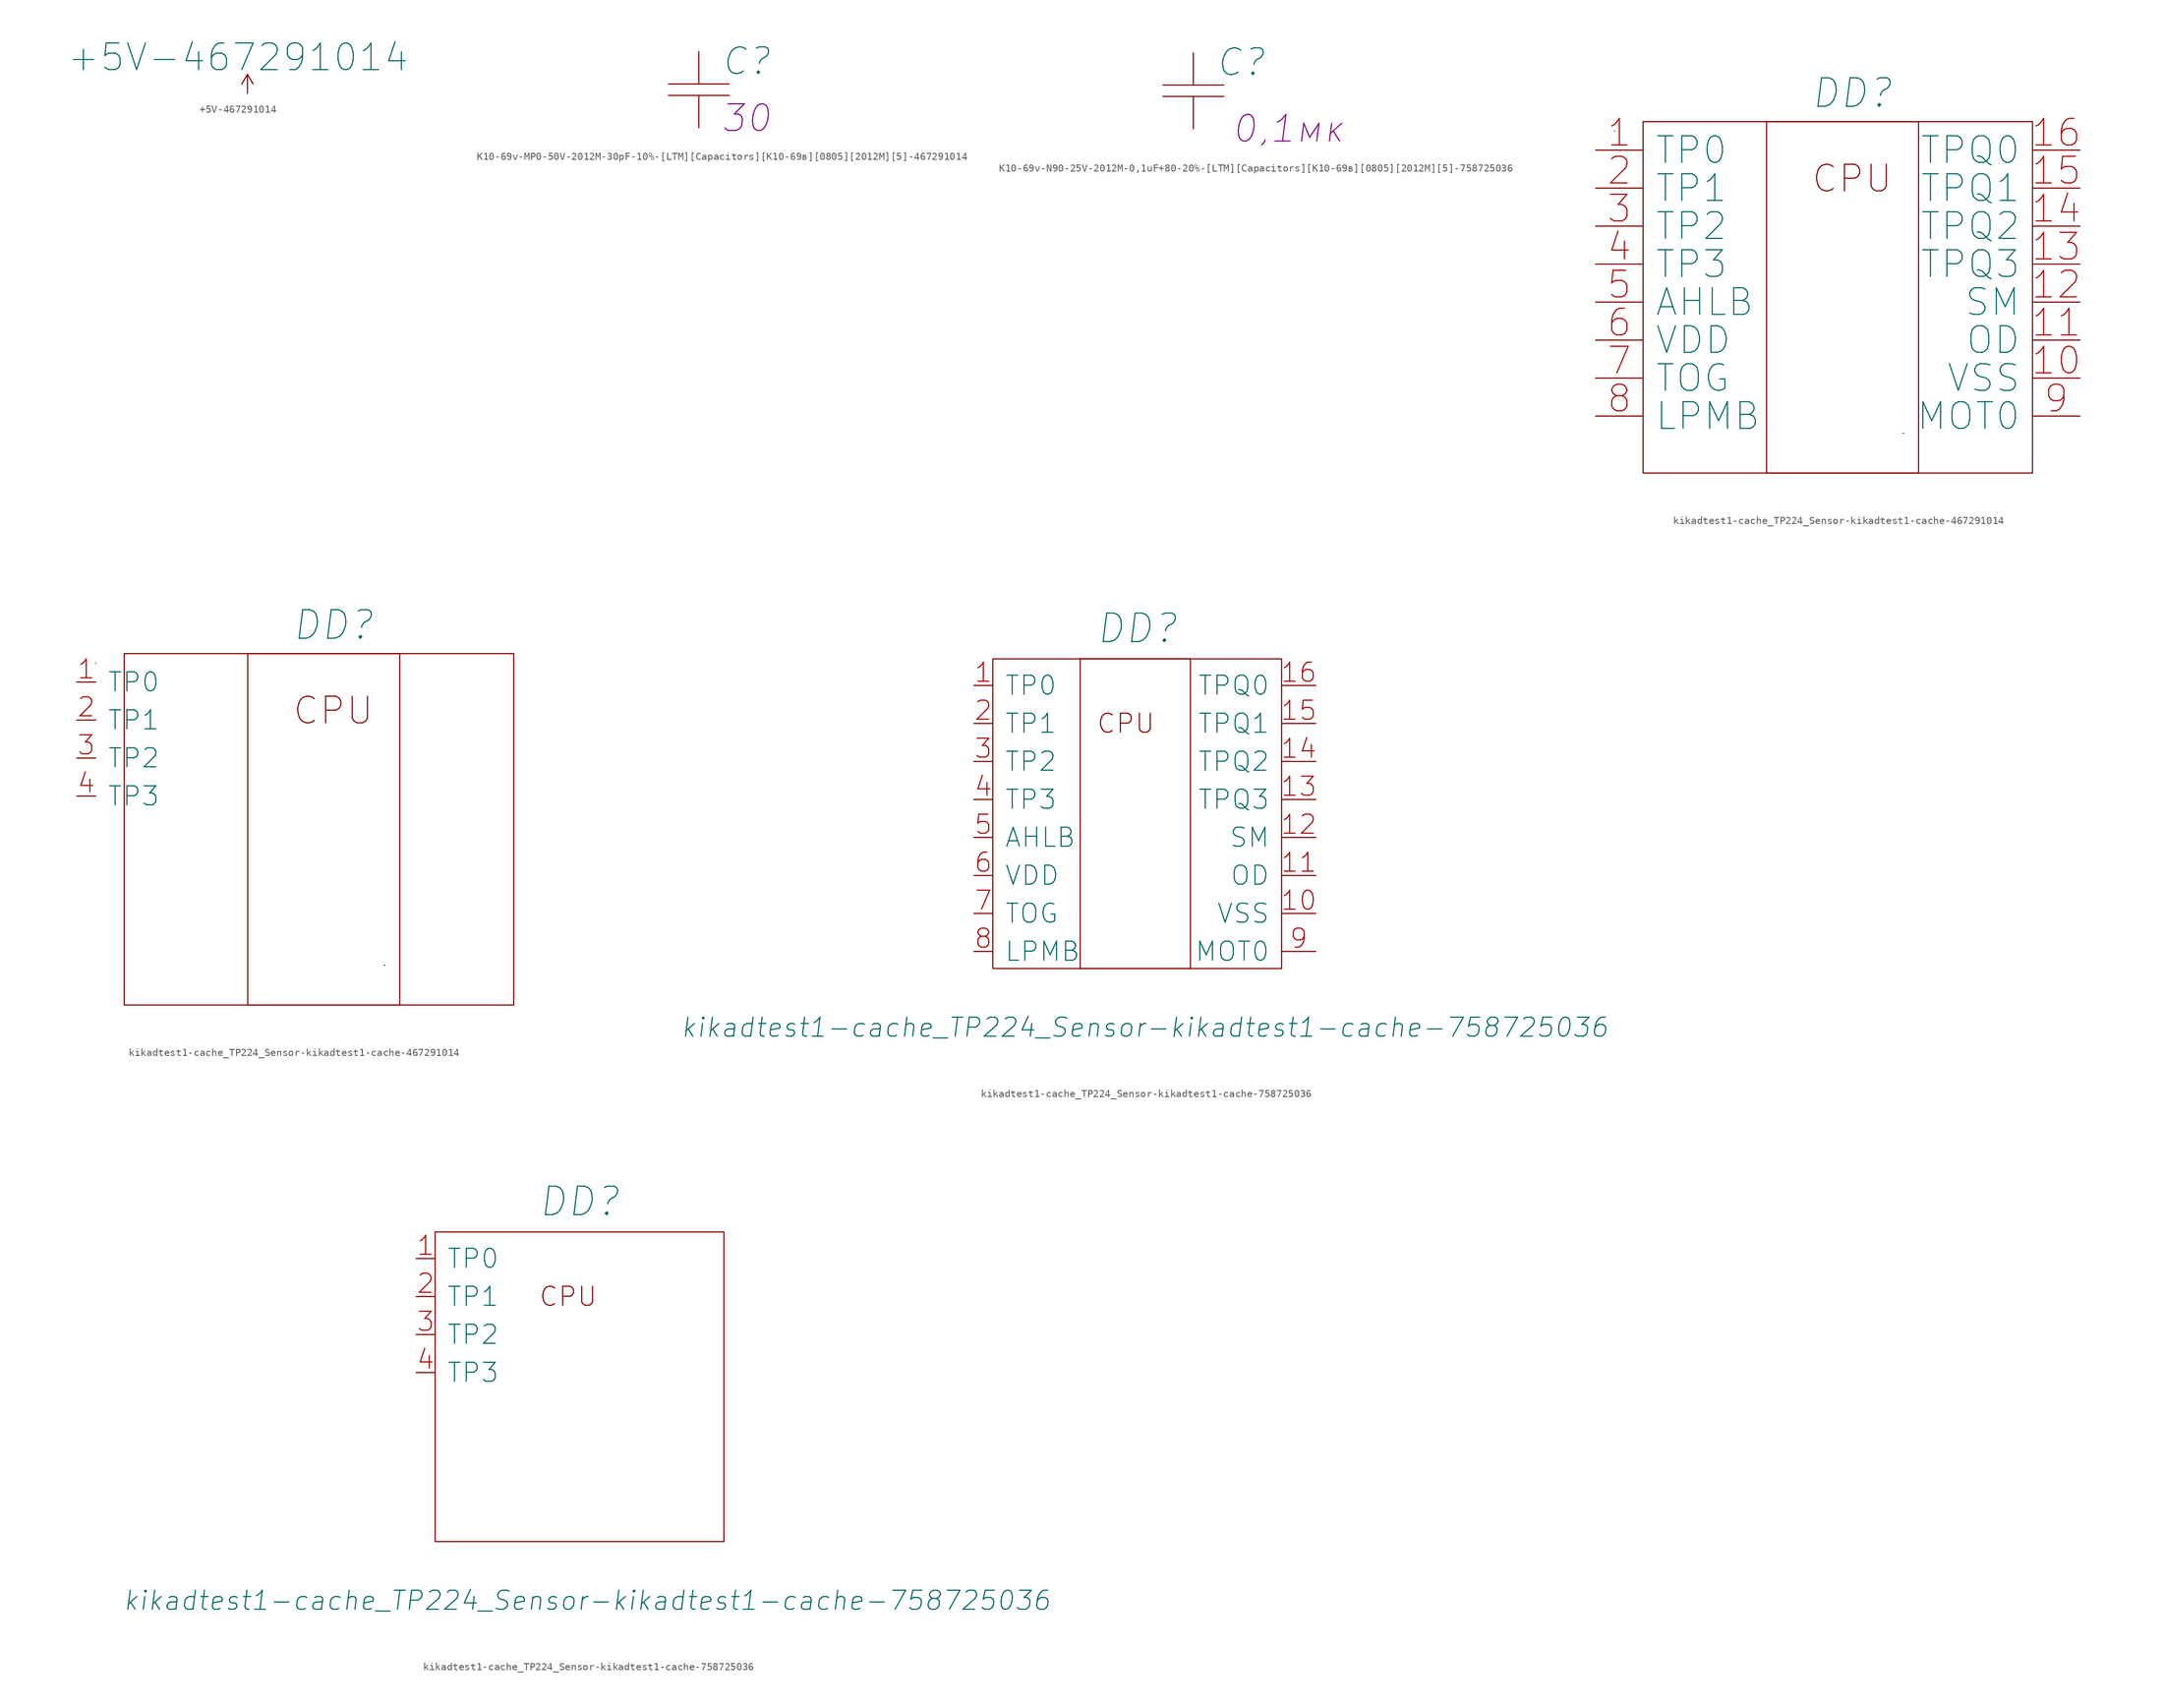
<source format=kicad_sym>
(kicad_symbol_lib
  (version 20210619)
  (generator kicad_symbol_editor)
  (symbol "+5V-467291014"
    (power)
    (pin_names
      (offset 0))
    (property "Reference" "#PWR"
      (at 0 -3.81 0)
      (effects (font (size 1.27 1.27)) hide))
    (property "Value" "+5V-467291014"
      (at -1.27 4.826 0)
      (effects (font (size 3.556 3.556))))
    (symbol "+5V-467291014_0_1"
      (polyline (pts (xy -0.762 1.27) (xy 0 2.54)) (stroke (width 0)) (fill (type none)))
      (polyline (pts (xy 0 0) (xy 0 2.54)) (stroke (width 0)) (fill (type none)))
      (polyline (pts (xy 0 2.54) (xy 0.762 1.27)) (stroke (width 0)) (fill (type none))))
    (symbol "+5V-467291014_1_1"
      (pin power_in line (at 0 0 90) (length 0) hide (name "+5V" (effects (font (size 1.27 1.27)))) (number "1" (effects (font (size 1.27 1.27)))))))
  (symbol "K10-69v-MP0-50V-2012M-30pF-10%-[LTM][Capacitors][К10-69в][0805][2012M][5]-467291014"
    (pin_numbers hide)
    (pin_names
      (offset 0) hide)
    (property "Reference" "C"
      (at 6.35 -1.27 0)
      (effects (font (size 3.556 3.556) italic)))
    (property "ValueName" "30"
      (at 6.35 -8.89 0)
      (effects (font (size 3.556 3.556) italic)))
    (symbol "K10-69v-MP0-50V-2012M-30pF-10%-[LTM][Capacitors][К10-69в][0805][2012M][5]-467291014_0_1"
      (polyline (pts (xy -4.064 -5.842) (xy 4.064 -5.842)) (stroke (width 0)) (fill (type none)))
      (polyline (pts (xy -4.064 -4.318) (xy 4.064 -4.318)) (stroke (width 0)) (fill (type none))))
    (symbol "K10-69v-MP0-50V-2012M-30pF-10%-[LTM][Capacitors][К10-69в][0805][2012M][5]-467291014_1_1"
      (pin passive line (at 0 -10.16 90) (length 4.318) (name "~" (effects (font (size 2.54 2.54)))) (number "1" (effects (font (size 2.54 2.54)))))
      (pin passive line (at 0 0 270) (length 4.318) (name "~" (effects (font (size 2.54 2.54)))) (number "2" (effects (font (size 2.54 2.54)))))))
  (symbol "K10-69v-N90-25V-2012M-0,1uF+80-20%-[LTM][Capacitors][К10-69в][0805][2012M][5]-758725036"
    (pin_numbers hide)
    (pin_names
      (offset 0) hide)
    (property "Reference" "C"
      (at 6.35 3.81 0)
      (effects (font (size 3.556 3.556) italic)))
    (property "ValueName" "0,1мк"
      (at 12.7 -5.08 0)
      (effects (font (size 3.556 3.556) italic)))
    (symbol "K10-69v-N90-25V-2012M-0,1uF+80-20%-[LTM][Capacitors][К10-69в][0805][2012M][5]-758725036_0_1"
      (polyline (pts (xy -4.064 -0.762) (xy 4.064 -0.762)) (stroke (width 0)) (fill (type none)))
      (polyline (pts (xy -4.064 0.762) (xy 4.064 0.762)) (stroke (width 0)) (fill (type none))))
    (symbol "K10-69v-N90-25V-2012M-0,1uF+80-20%-[LTM][Capacitors][К10-69в][0805][2012M][5]-758725036_1_1"
      (pin passive line (at 0 -5.08 90) (length 4.318) (name "~" (effects (font (size 2.54 2.54)))) (number "1" (effects (font (size 2.54 2.54)))))
      (pin passive line (at 0 5.08 270) (length 4.318) (name "~" (effects (font (size 2.54 2.54)))) (number "2" (effects (font (size 2.54 2.54)))))))
  (symbol "kikadtest1-cache_TP224_Sensor-kikadtest1-cache-467291014"
    (pin_names
      (offset 1.524))
    (property "Reference" "DD"
      (at 34.29 7.62 0)
      (effects (font (size 3.81 3.81) italic)))
    (symbol "kikadtest1-cache_TP224_Sensor-kikadtest1-cache-467291014_0_0"
      (text "CPU" (at 34.29 -3.81 0) (effects (font (size 3.556 3.556))))
      (rectangle (start 2.54 2.54) (end 2.54 2.54) (stroke (width 0)) (fill (type none)))
      (rectangle (start 6.35 -43.18) (end 58.42 3.81) (stroke (width 0)) (fill (type none)))
      (rectangle (start 22.86 -43.18) (end 43.18 3.81) (stroke (width 0)) (fill (type none)))
      (rectangle (start 41.148 -37.846) (end 41.148 -37.846) (stroke (width 0)) (fill (type none)))
      (rectangle (start 41.148 -37.846) (end 41.148 -37.846) (stroke (width 0)) (fill (type none))))
    (symbol "kikadtest1-cache_TP224_Sensor-kikadtest1-cache-467291014_0_1"
      (pin input line (at 64.77 -30.48 180) (length 6.35) (name "VSS" (effects (font (size 3.556 3.556)))) (number "10" (effects (font (size 3.556 3.556)))))
      (pin input line (at 64.77 -25.4 180) (length 6.35) (name "OD" (effects (font (size 3.556 3.556)))) (number "11" (effects (font (size 3.556 3.556)))))
      (pin input line (at 64.77 -20.32 180) (length 6.35) (name "SM" (effects (font (size 3.556 3.556)))) (number "12" (effects (font (size 3.556 3.556)))))
      (pin input line (at 64.77 -15.24 180) (length 6.35) (name "TPQ3" (effects (font (size 3.556 3.556)))) (number "13" (effects (font (size 3.556 3.556)))))
      (pin input line (at 64.77 -10.16 180) (length 6.35) (name "TPQ2" (effects (font (size 3.556 3.556)))) (number "14" (effects (font (size 3.556 3.556)))))
      (pin input line (at 64.77 -5.08 180) (length 6.35) (name "TPQ1" (effects (font (size 3.556 3.556)))) (number "15" (effects (font (size 3.556 3.556)))))
      (pin input line (at 64.77 0 180) (length 6.35) (name "TPQ0" (effects (font (size 3.556 3.556)))) (number "16" (effects (font (size 3.556 3.556)))))
      (pin input line (at 0 -5.08 0) (length 6.35) (name "TP1" (effects (font (size 3.556 3.556)))) (number "2" (effects (font (size 3.556 3.556)))))
      (pin input line (at 0 -10.16 0) (length 6.35) (name "TP2" (effects (font (size 3.556 3.556)))) (number "3" (effects (font (size 3.556 3.556)))))
      (pin input line (at 0 -15.24 0) (length 6.35) (name "TP3" (effects (font (size 3.556 3.556)))) (number "4" (effects (font (size 3.556 3.556)))))
      (pin input line (at 0 -20.32 0) (length 6.35) (name "AHLB" (effects (font (size 3.556 3.556)))) (number "5" (effects (font (size 3.556 3.556)))))
      (pin input line (at 0 -25.4 0) (length 6.35) (name "VDD" (effects (font (size 3.556 3.556)))) (number "6" (effects (font (size 3.556 3.556)))))
      (pin input line (at 0 -30.48 0) (length 6.35) (name "TOG" (effects (font (size 3.556 3.556)))) (number "7" (effects (font (size 3.556 3.556)))))
      (pin input line (at 0 -35.56 0) (length 6.35) (name "LPMB" (effects (font (size 3.556 3.556)))) (number "8" (effects (font (size 3.556 3.556)))))
      (pin input line (at 64.77 -35.56 180) (length 6.35) (name "MOT0" (effects (font (size 3.556 3.556)))) (number "9" (effects (font (size 3.556 3.556))))))
    (symbol "kikadtest1-cache_TP224_Sensor-kikadtest1-cache-467291014_0_2"
      (pin input line (at 0 -5.08 0) (length 2.54) (name "TP1" (effects (font (size 2.54 2.54)))) (number "2" (effects (font (size 2.54 2.54)))))
      (pin input line (at 0 -10.16 0) (length 2.54) (name "TP2" (effects (font (size 2.54 2.54)))) (number "3" (effects (font (size 2.54 2.54)))))
      (pin input line (at 0 -15.24 0) (length 2.54) (name "TP3" (effects (font (size 2.54 2.54)))) (number "4" (effects (font (size 2.54 2.54))))))
    (symbol "kikadtest1-cache_TP224_Sensor-kikadtest1-cache-467291014_1_1"
      (pin input line (at 0 0 0) (length 6.35) (name "TP0" (effects (font (size 3.556 3.556)))) (number "1" (effects (font (size 3.556 3.556))))))
    (symbol "kikadtest1-cache_TP224_Sensor-kikadtest1-cache-467291014_1_2"
      (pin input line (at 0 0 0) (length 2.54) (name "TP0" (effects (font (size 2.54 2.54)))) (number "1" (effects (font (size 2.54 2.54)))))))
  (symbol "kikadtest1-cache_TP224_Sensor-kikadtest1-cache-758725036"
    (pin_names
      (offset 1.524))
    (property "Reference" "DD"
      (at 21.844 7.62 0)
      (effects (font (size 3.81 3.81) italic)))
    (property "Value" "kikadtest1-cache_TP224_Sensor-kikadtest1-cache-758725036"
      (at 22.86 -45.72 0)
      (effects (font (size 2.54 2.54) italic)))
    (symbol "kikadtest1-cache_TP224_Sensor-kikadtest1-cache-758725036_0_0"
      (text "CPU" (at 20.32 -5.08 0) (effects (font (size 2.54 2.54))))
      (rectangle (start 2.54 2.54) (end 2.54 2.54) (stroke (width 0)) (fill (type none)))
      (rectangle (start 2.54 3.556) (end 41.148 -37.846) (stroke (width 0)) (fill (type none)))
      (rectangle (start 41.148 -37.846) (end 41.148 -37.846) (stroke (width 0)) (fill (type none)))
      (rectangle (start 41.148 -37.846) (end 41.148 -37.846) (stroke (width 0)) (fill (type none))))
    (symbol "kikadtest1-cache_TP224_Sensor-kikadtest1-cache-758725036_0_1"
      (rectangle (start 14.224 -37.846) (end 28.956 3.556) (stroke (width 0)) (fill (type none)))
      (pin input line (at 45.72 -30.48 180) (length 4.572) (name "VSS" (effects (font (size 2.54 2.54)))) (number "10" (effects (font (size 2.54 2.54)))))
      (pin input line (at 45.72 -25.4 180) (length 4.572) (name "OD" (effects (font (size 2.54 2.54)))) (number "11" (effects (font (size 2.54 2.54)))))
      (pin input line (at 45.72 -20.32 180) (length 4.572) (name "SM" (effects (font (size 2.54 2.54)))) (number "12" (effects (font (size 2.54 2.54)))))
      (pin input line (at 45.72 -15.24 180) (length 4.572) (name "TPQ3" (effects (font (size 2.54 2.54)))) (number "13" (effects (font (size 2.54 2.54)))))
      (pin input line (at 45.72 -10.16 180) (length 4.572) (name "TPQ2" (effects (font (size 2.54 2.54)))) (number "14" (effects (font (size 2.54 2.54)))))
      (pin input line (at 45.72 -5.08 180) (length 4.572) (name "TPQ1" (effects (font (size 2.54 2.54)))) (number "15" (effects (font (size 2.54 2.54)))))
      (pin input line (at 45.72 0 180) (length 4.572) (name "TPQ0" (effects (font (size 2.54 2.54)))) (number "16" (effects (font (size 2.54 2.54)))))
      (pin input line (at 0 -5.08 0) (length 2.54) (name "TP1" (effects (font (size 2.54 2.54)))) (number "2" (effects (font (size 2.54 2.54)))))
      (pin input line (at 0 -10.16 0) (length 2.54) (name "TP2" (effects (font (size 2.54 2.54)))) (number "3" (effects (font (size 2.54 2.54)))))
      (pin input line (at 0 -15.24 0) (length 2.54) (name "TP3" (effects (font (size 2.54 2.54)))) (number "4" (effects (font (size 2.54 2.54)))))
      (pin input line (at 0 -20.32 0) (length 2.54) (name "AHLB" (effects (font (size 2.54 2.54)))) (number "5" (effects (font (size 2.54 2.54)))))
      (pin input line (at 0 -25.4 0) (length 2.54) (name "VDD" (effects (font (size 2.54 2.54)))) (number "6" (effects (font (size 2.54 2.54)))))
      (pin input line (at 0 -30.48 0) (length 2.54) (name "TOG" (effects (font (size 2.54 2.54)))) (number "7" (effects (font (size 2.54 2.54)))))
      (pin input line (at 0 -35.56 0) (length 2.54) (name "LPMB" (effects (font (size 2.54 2.54)))) (number "8" (effects (font (size 2.54 2.54)))))
      (pin input line (at 45.72 -35.56 180) (length 4.572) (name "MOT0" (effects (font (size 2.54 2.54)))) (number "9" (effects (font (size 2.54 2.54))))))
    (symbol "kikadtest1-cache_TP224_Sensor-kikadtest1-cache-758725036_0_2"
      (pin input line (at 0 -5.08 0) (length 2.54) (name "TP1" (effects (font (size 2.54 2.54)))) (number "2" (effects (font (size 2.54 2.54)))))
      (pin input line (at 0 -10.16 0) (length 2.54) (name "TP2" (effects (font (size 2.54 2.54)))) (number "3" (effects (font (size 2.54 2.54)))))
      (pin input line (at 0 -15.24 0) (length 2.54) (name "TP3" (effects (font (size 2.54 2.54)))) (number "4" (effects (font (size 2.54 2.54))))))
    (symbol "kikadtest1-cache_TP224_Sensor-kikadtest1-cache-758725036_1_1"
      (pin input line (at 0 0 0) (length 2.54) (name "TP0" (effects (font (size 2.54 2.54)))) (number "1" (effects (font (size 2.54 2.54))))))
    (symbol "kikadtest1-cache_TP224_Sensor-kikadtest1-cache-758725036_1_2"
      (pin input line (at 0 0 0) (length 2.54) (name "TP0" (effects (font (size 2.54 2.54)))) (number "1" (effects (font (size 2.54 2.54))))))))
</source>
